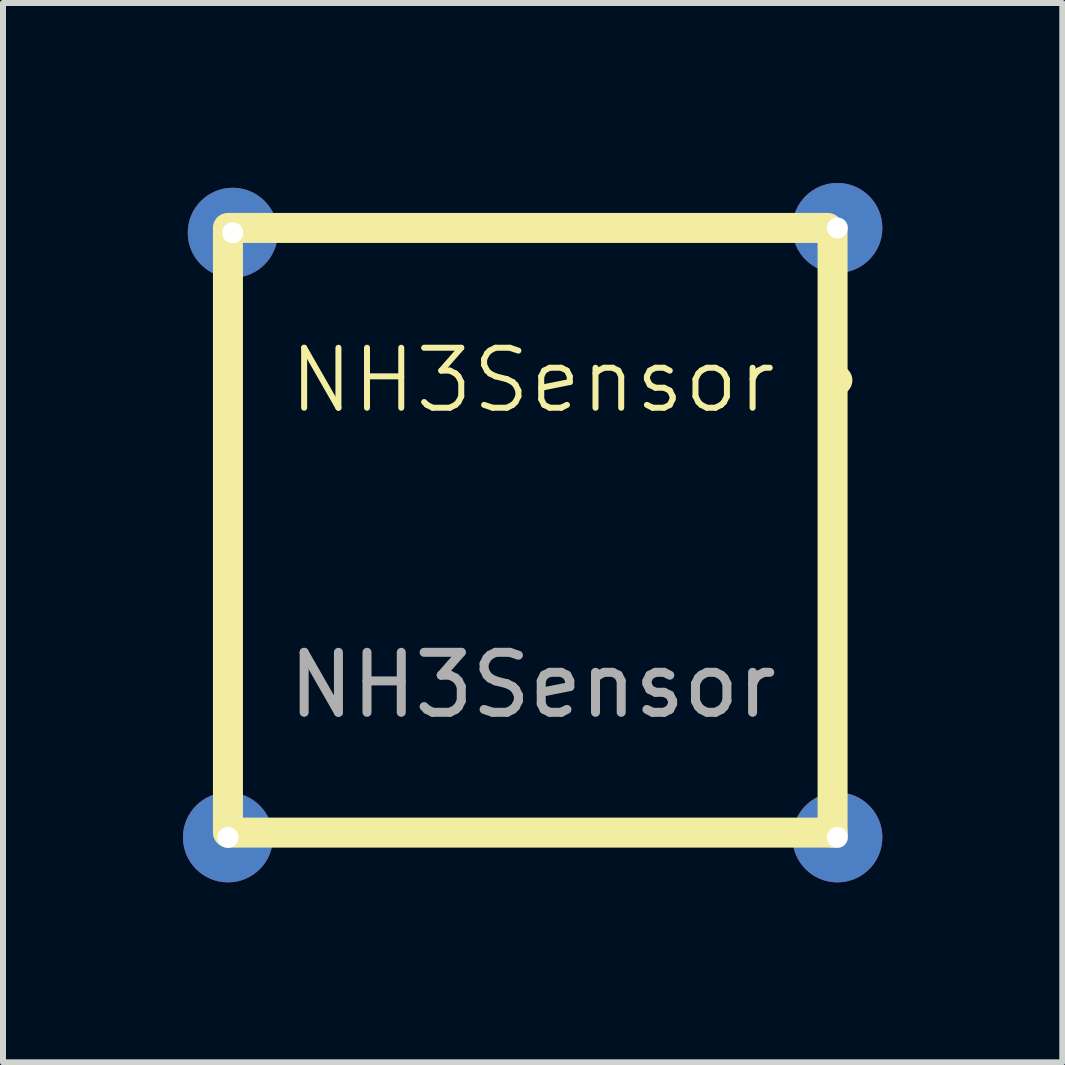
<source format=kicad_pcb>
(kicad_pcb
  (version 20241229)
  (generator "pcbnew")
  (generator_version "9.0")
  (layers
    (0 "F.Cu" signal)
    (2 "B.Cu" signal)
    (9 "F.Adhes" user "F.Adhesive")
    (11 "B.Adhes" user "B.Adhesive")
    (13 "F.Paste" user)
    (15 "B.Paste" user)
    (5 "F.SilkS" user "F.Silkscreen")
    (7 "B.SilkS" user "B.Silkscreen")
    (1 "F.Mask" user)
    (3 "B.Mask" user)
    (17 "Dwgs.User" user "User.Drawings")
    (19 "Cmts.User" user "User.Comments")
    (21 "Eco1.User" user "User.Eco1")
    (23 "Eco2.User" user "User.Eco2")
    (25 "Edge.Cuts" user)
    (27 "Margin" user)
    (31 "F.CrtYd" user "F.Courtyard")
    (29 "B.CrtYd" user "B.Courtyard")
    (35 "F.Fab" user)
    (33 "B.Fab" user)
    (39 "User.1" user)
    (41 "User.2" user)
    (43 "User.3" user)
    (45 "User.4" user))
  (footprint "NH3Sensor"
    (layer "F.Cu")
    (at 5.83 5.83)
    (property "Reference" "NH3Sensor" (at 0 -2.54 0) (unlocked yes) (layer "F.SilkS") (effects (font (size 1 1) (thickness 0.1))))
    (attr through_hole)
    (fp_line (start -5.08 -5.08) (end 4.92 -5.08) (stroke (width 0.5) (type default)) (layer "F.SilkS"))
    (fp_line (start -5.08 5) (end -5.08 -5) (stroke (width 0.5) (type default)) (layer "F.SilkS"))
    (fp_line (start -5 5) (end 5 5) (stroke (width 0.5) (type default)) (layer "F.SilkS"))
    (fp_line (start 5 5) (end 5 -5) (stroke (width 0.5) (type default)) (layer "F.SilkS"))
    (fp_line (start 5.08 -2.54) (end 5.08 -2.54) (stroke (width 0.5) (type default)) (layer "F.SilkS"))
    (fp_text user "${REFERENCE}" (at 0 2.54 0) (unlocked yes) (layer "F.Fab") (effects (font (size 1 1) (thickness 0.15))))
    (pad "1" thru_hole circle (at -5 -5) (size 1.5 1.5) (drill 0.35) (layers "*.Cu" "*.Mask"))
    (pad "2" thru_hole circle (at 5.08 -5.08) (size 1.5 1.5) (drill 0.35) (layers "*.Cu" "*.Mask"))
    (pad "3" thru_hole circle (at 5.08 5.08) (size 1.5 1.5) (drill 0.35) (layers "*.Cu" "*.Mask"))
    (pad "4" thru_hole circle (at -5.08 5.08) (size 1.5 1.5) (drill 0.35) (layers "*.Cu" "*.Mask")))
  (gr_rect
    (start -3 -3)
    (end 14.66 14.66)
    (stroke (width 0.1) (type default))
    (fill no)
    (layer "Edge.Cuts")))
</source>
